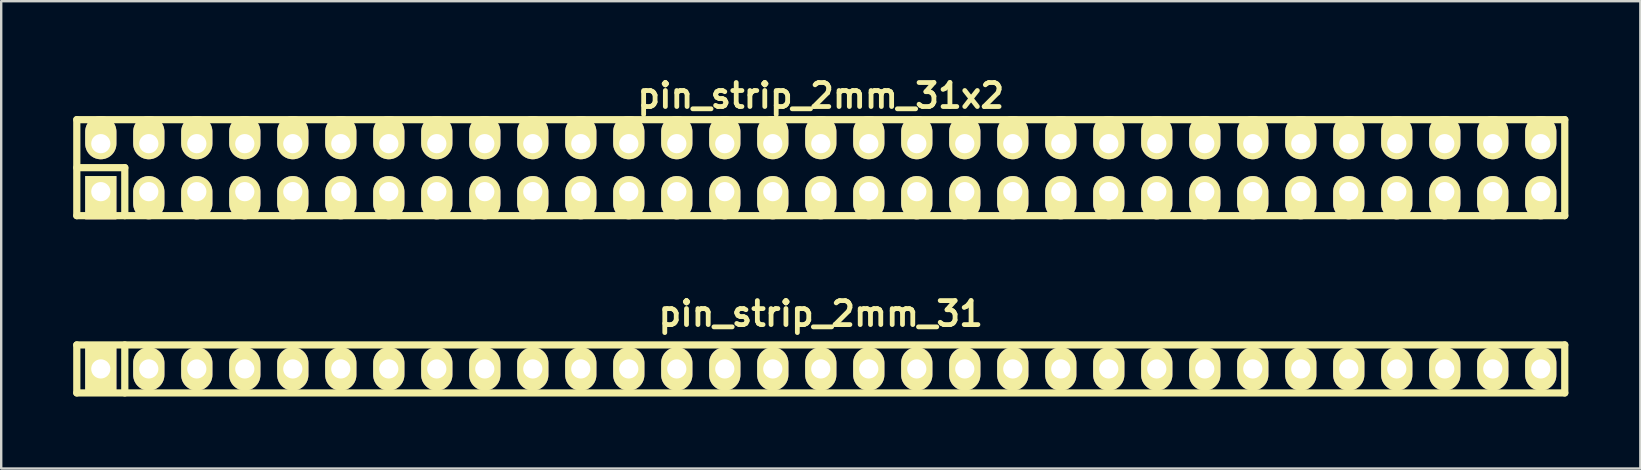
<source format=kicad_pcb>
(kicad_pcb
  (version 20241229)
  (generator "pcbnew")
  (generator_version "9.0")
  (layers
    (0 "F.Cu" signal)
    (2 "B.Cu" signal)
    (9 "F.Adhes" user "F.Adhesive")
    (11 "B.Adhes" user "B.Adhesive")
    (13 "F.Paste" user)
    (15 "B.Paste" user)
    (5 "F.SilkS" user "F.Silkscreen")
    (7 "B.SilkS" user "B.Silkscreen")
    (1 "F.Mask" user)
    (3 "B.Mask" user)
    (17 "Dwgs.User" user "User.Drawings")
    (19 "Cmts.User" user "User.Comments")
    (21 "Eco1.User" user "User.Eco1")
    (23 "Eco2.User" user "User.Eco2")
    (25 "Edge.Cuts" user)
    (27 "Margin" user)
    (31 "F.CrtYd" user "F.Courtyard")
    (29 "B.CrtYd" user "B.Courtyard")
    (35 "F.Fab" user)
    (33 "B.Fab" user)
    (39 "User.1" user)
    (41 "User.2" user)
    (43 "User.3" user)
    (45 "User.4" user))
  (footprint "pin_strip_2mm_31x2"
    (layer "F.Cu")
    (at 31.15 3.936)
    (property "Reference" "pin_strip_2mm_31x2" (at 0 -3 0) (layer "F.SilkS") (effects (font (size 1 1) (thickness 0.2))))
    (attr through_hole)
    (fp_line (start -31 -2) (end 31 -2) (stroke (width 0.3) (type solid)) (layer "F.SilkS"))
    (fp_line (start -31 0) (end -29 0) (stroke (width 0.3) (type solid)) (layer "F.SilkS"))
    (fp_line (start -31 2) (end -31 -2) (stroke (width 0.3) (type solid)) (layer "F.SilkS"))
    (fp_line (start -29 0) (end -29 2) (stroke (width 0.3) (type solid)) (layer "F.SilkS"))
    (fp_line (start 31 -2) (end 31 2) (stroke (width 0.3) (type solid)) (layer "F.SilkS"))
    (fp_line (start 31 2) (end -31 2) (stroke (width 0.3) (type solid)) (layer "F.SilkS"))
    (pad "1" thru_hole rect (at -30 1) (size 1.3 1.8) (drill 0.8 (offset 0 0.25)) (layers "*.Cu" "*.Mask" "F.SilkS"))
    (pad "2" thru_hole oval (at -30 -1) (size 1.3 1.8) (drill 0.8 (offset 0 -0.25)) (layers "*.Cu" "*.Mask" "F.SilkS"))
    (pad "3" thru_hole oval (at -28 1) (size 1.3 1.8) (drill 0.8 (offset 0 0.25)) (layers "*.Cu" "*.Mask" "F.SilkS"))
    (pad "4" thru_hole oval (at -28 -1) (size 1.3 1.8) (drill 0.8 (offset 0 -0.25)) (layers "*.Cu" "*.Mask" "F.SilkS"))
    (pad "5" thru_hole oval (at -26 1) (size 1.3 1.8) (drill 0.8 (offset 0 0.25)) (layers "*.Cu" "*.Mask" "F.SilkS"))
    (pad "6" thru_hole oval (at -26 -1) (size 1.3 1.8) (drill 0.8 (offset 0 -0.25)) (layers "*.Cu" "*.Mask" "F.SilkS"))
    (pad "7" thru_hole oval (at -24 1) (size 1.3 1.8) (drill 0.8 (offset 0 0.25)) (layers "*.Cu" "*.Mask" "F.SilkS"))
    (pad "8" thru_hole oval (at -24 -1) (size 1.3 1.8) (drill 0.8 (offset 0 -0.25)) (layers "*.Cu" "*.Mask" "F.SilkS"))
    (pad "9" thru_hole oval (at -22 1) (size 1.3 1.8) (drill 0.8 (offset 0 0.25)) (layers "*.Cu" "*.Mask" "F.SilkS"))
    (pad "10" thru_hole oval (at -22 -1) (size 1.3 1.8) (drill 0.8 (offset 0 -0.25)) (layers "*.Cu" "*.Mask" "F.SilkS"))
    (pad "11" thru_hole oval (at -20 1) (size 1.3 1.8) (drill 0.8 (offset 0 0.25)) (layers "*.Cu" "*.Mask" "F.SilkS"))
    (pad "12" thru_hole oval (at -20 -1) (size 1.3 1.8) (drill 0.8 (offset 0 -0.25)) (layers "*.Cu" "*.Mask" "F.SilkS"))
    (pad "13" thru_hole oval (at -18 1) (size 1.3 1.8) (drill 0.8 (offset 0 0.25)) (layers "*.Cu" "*.Mask" "F.SilkS"))
    (pad "14" thru_hole oval (at -18 -1) (size 1.3 1.8) (drill 0.8 (offset 0 -0.25)) (layers "*.Cu" "*.Mask" "F.SilkS"))
    (pad "15" thru_hole oval (at -16 1) (size 1.3 1.8) (drill 0.8 (offset 0 0.25)) (layers "*.Cu" "*.Mask" "F.SilkS"))
    (pad "16" thru_hole oval (at -16 -1) (size 1.3 1.8) (drill 0.8 (offset 0 -0.25)) (layers "*.Cu" "*.Mask" "F.SilkS"))
    (pad "17" thru_hole oval (at -14 1) (size 1.3 1.8) (drill 0.8 (offset 0 0.25)) (layers "*.Cu" "*.Mask" "F.SilkS"))
    (pad "18" thru_hole oval (at -14 -1) (size 1.3 1.8) (drill 0.8 (offset 0 -0.25)) (layers "*.Cu" "*.Mask" "F.SilkS"))
    (pad "19" thru_hole oval (at -12 1) (size 1.3 1.8) (drill 0.8 (offset 0 0.25)) (layers "*.Cu" "*.Mask" "F.SilkS"))
    (pad "20" thru_hole oval (at -12 -1) (size 1.3 1.8) (drill 0.8 (offset 0 -0.25)) (layers "*.Cu" "*.Mask" "F.SilkS"))
    (pad "21" thru_hole oval (at -10 1) (size 1.3 1.8) (drill 0.8 (offset 0 0.25)) (layers "*.Cu" "*.Mask" "F.SilkS"))
    (pad "22" thru_hole oval (at -10 -1) (size 1.3 1.8) (drill 0.8 (offset 0 -0.25)) (layers "*.Cu" "*.Mask" "F.SilkS"))
    (pad "23" thru_hole oval (at -8 1) (size 1.3 1.8) (drill 0.8 (offset 0 0.25)) (layers "*.Cu" "*.Mask" "F.SilkS"))
    (pad "24" thru_hole oval (at -8 -1) (size 1.3 1.8) (drill 0.8 (offset 0 -0.25)) (layers "*.Cu" "*.Mask" "F.SilkS"))
    (pad "25" thru_hole oval (at -6 1) (size 1.3 1.8) (drill 0.8 (offset 0 0.25)) (layers "*.Cu" "*.Mask" "F.SilkS"))
    (pad "26" thru_hole oval (at -6 -1) (size 1.3 1.8) (drill 0.8 (offset 0 -0.25)) (layers "*.Cu" "*.Mask" "F.SilkS"))
    (pad "27" thru_hole oval (at -4 1) (size 1.3 1.8) (drill 0.8 (offset 0 0.25)) (layers "*.Cu" "*.Mask" "F.SilkS"))
    (pad "28" thru_hole oval (at -4 -1) (size 1.3 1.8) (drill 0.8 (offset 0 -0.25)) (layers "*.Cu" "*.Mask" "F.SilkS"))
    (pad "29" thru_hole oval (at -2 1) (size 1.3 1.8) (drill 0.8 (offset 0 0.25)) (layers "*.Cu" "*.Mask" "F.SilkS"))
    (pad "30" thru_hole oval (at -2 -1) (size 1.3 1.8) (drill 0.8 (offset 0 -0.25)) (layers "*.Cu" "*.Mask" "F.SilkS"))
    (pad "31" thru_hole oval (at 0 1) (size 1.3 1.8) (drill 0.8 (offset 0 0.25)) (layers "*.Cu" "*.Mask" "F.SilkS"))
    (pad "32" thru_hole oval (at 0 -1) (size 1.3 1.8) (drill 0.8 (offset 0 -0.25)) (layers "*.Cu" "*.Mask" "F.SilkS"))
    (pad "33" thru_hole oval (at 2 1) (size 1.3 1.8) (drill 0.8 (offset 0 0.25)) (layers "*.Cu" "*.Mask" "F.SilkS"))
    (pad "34" thru_hole oval (at 2 -1) (size 1.3 1.8) (drill 0.8 (offset 0 -0.25)) (layers "*.Cu" "*.Mask" "F.SilkS"))
    (pad "35" thru_hole oval (at 4 1) (size 1.3 1.8) (drill 0.8 (offset 0 0.25)) (layers "*.Cu" "*.Mask" "F.SilkS"))
    (pad "36" thru_hole oval (at 4 -1) (size 1.3 1.8) (drill 0.8 (offset 0 -0.25)) (layers "*.Cu" "*.Mask" "F.SilkS"))
    (pad "37" thru_hole oval (at 6 1) (size 1.3 1.8) (drill 0.8 (offset 0 0.25)) (layers "*.Cu" "*.Mask" "F.SilkS"))
    (pad "38" thru_hole oval (at 6 -1) (size 1.3 1.8) (drill 0.8 (offset 0 -0.25)) (layers "*.Cu" "*.Mask" "F.SilkS"))
    (pad "39" thru_hole oval (at 8 1) (size 1.3 1.8) (drill 0.8 (offset 0 0.25)) (layers "*.Cu" "*.Mask" "F.SilkS"))
    (pad "40" thru_hole oval (at 8 -1) (size 1.3 1.8) (drill 0.8 (offset 0 -0.25)) (layers "*.Cu" "*.Mask" "F.SilkS"))
    (pad "41" thru_hole oval (at 10 1) (size 1.3 1.8) (drill 0.8 (offset 0 0.25)) (layers "*.Cu" "*.Mask" "F.SilkS"))
    (pad "42" thru_hole oval (at 10 -1) (size 1.3 1.8) (drill 0.8 (offset 0 -0.25)) (layers "*.Cu" "*.Mask" "F.SilkS"))
    (pad "43" thru_hole oval (at 12 1) (size 1.3 1.8) (drill 0.8 (offset 0 0.25)) (layers "*.Cu" "*.Mask" "F.SilkS"))
    (pad "44" thru_hole oval (at 12 -1) (size 1.3 1.8) (drill 0.8 (offset 0 -0.25)) (layers "*.Cu" "*.Mask" "F.SilkS"))
    (pad "45" thru_hole oval (at 14 1) (size 1.3 1.8) (drill 0.8 (offset 0 0.25)) (layers "*.Cu" "*.Mask" "F.SilkS"))
    (pad "46" thru_hole oval (at 14 -1) (size 1.3 1.8) (drill 0.8 (offset 0 -0.25)) (layers "*.Cu" "*.Mask" "F.SilkS"))
    (pad "47" thru_hole oval (at 16 1) (size 1.3 1.8) (drill 0.8 (offset 0 0.25)) (layers "*.Cu" "*.Mask" "F.SilkS"))
    (pad "48" thru_hole oval (at 16 -1) (size 1.3 1.8) (drill 0.8 (offset 0 -0.25)) (layers "*.Cu" "*.Mask" "F.SilkS"))
    (pad "49" thru_hole oval (at 18 1) (size 1.3 1.8) (drill 0.8 (offset 0 0.25)) (layers "*.Cu" "*.Mask" "F.SilkS"))
    (pad "50" thru_hole oval (at 18 -1) (size 1.3 1.8) (drill 0.8 (offset 0 -0.25)) (layers "*.Cu" "*.Mask" "F.SilkS"))
    (pad "51" thru_hole oval (at 20 1) (size 1.3 1.8) (drill 0.8 (offset 0 0.25)) (layers "*.Cu" "*.Mask" "F.SilkS"))
    (pad "52" thru_hole oval (at 20 -1) (size 1.3 1.8) (drill 0.8 (offset 0 -0.25)) (layers "*.Cu" "*.Mask" "F.SilkS"))
    (pad "53" thru_hole oval (at 22 1) (size 1.3 1.8) (drill 0.8 (offset 0 0.25)) (layers "*.Cu" "*.Mask" "F.SilkS"))
    (pad "54" thru_hole oval (at 22 -1) (size 1.3 1.8) (drill 0.8 (offset 0 -0.25)) (layers "*.Cu" "*.Mask" "F.SilkS"))
    (pad "55" thru_hole oval (at 24 1) (size 1.3 1.8) (drill 0.8 (offset 0 0.25)) (layers "*.Cu" "*.Mask" "F.SilkS"))
    (pad "56" thru_hole oval (at 24 -1) (size 1.3 1.8) (drill 0.8 (offset 0 -0.25)) (layers "*.Cu" "*.Mask" "F.SilkS"))
    (pad "57" thru_hole oval (at 26 1) (size 1.3 1.8) (drill 0.8 (offset 0 0.25)) (layers "*.Cu" "*.Mask" "F.SilkS"))
    (pad "58" thru_hole oval (at 26 -1) (size 1.3 1.8) (drill 0.8 (offset 0 -0.25)) (layers "*.Cu" "*.Mask" "F.SilkS"))
    (pad "59" thru_hole oval (at 28 1) (size 1.3 1.8) (drill 0.8 (offset 0 0.25)) (layers "*.Cu" "*.Mask" "F.SilkS"))
    (pad "60" thru_hole oval (at 28 -1) (size 1.3 1.8) (drill 0.8 (offset 0 -0.25)) (layers "*.Cu" "*.Mask" "F.SilkS"))
    (pad "61" thru_hole oval (at 30 1) (size 1.3 1.8) (drill 0.8 (offset 0 0.25)) (layers "*.Cu" "*.Mask" "F.SilkS"))
    (pad "62" thru_hole oval (at 30 -1) (size 1.3 1.8) (drill 0.8 (offset 0 -0.25)) (layers "*.Cu" "*.Mask" "F.SilkS")))
  (footprint "pin_strip_2mm_31"
    (layer "F.Cu")
    (at 31.15 12.322)
    (property "Reference" "pin_strip_2mm_31" (at 0 -2.3 0) (layer "F.SilkS") (effects (font (size 1 1) (thickness 0.2))))
    (attr through_hole)
    (fp_line (start -31 -1) (end 31 -1) (stroke (width 0.3) (type solid)) (layer "F.SilkS"))
    (fp_line (start -31 1) (end -31 -1) (stroke (width 0.3) (type solid)) (layer "F.SilkS"))
    (fp_line (start -29 -1) (end -29 1) (stroke (width 0.3) (type solid)) (layer "F.SilkS"))
    (fp_line (start 31 -1) (end 31 1) (stroke (width 0.3) (type solid)) (layer "F.SilkS"))
    (fp_line (start 31 1) (end -31 1) (stroke (width 0.3) (type solid)) (layer "F.SilkS"))
    (pad "1" thru_hole rect (at -30 0) (size 1.3 1.8) (drill 0.8) (layers "*.Cu" "*.Mask" "F.SilkS"))
    (pad "2" thru_hole oval (at -28 0) (size 1.3 1.8) (drill 0.8) (layers "*.Cu" "*.Mask" "F.SilkS"))
    (pad "3" thru_hole oval (at -26 0) (size 1.3 1.8) (drill 0.8) (layers "*.Cu" "*.Mask" "F.SilkS"))
    (pad "4" thru_hole oval (at -24 0) (size 1.3 1.8) (drill 0.8) (layers "*.Cu" "*.Mask" "F.SilkS"))
    (pad "5" thru_hole oval (at -22 0) (size 1.3 1.8) (drill 0.8) (layers "*.Cu" "*.Mask" "F.SilkS"))
    (pad "6" thru_hole oval (at -20 0) (size 1.3 1.8) (drill 0.8) (layers "*.Cu" "*.Mask" "F.SilkS"))
    (pad "7" thru_hole oval (at -18 0) (size 1.3 1.8) (drill 0.8) (layers "*.Cu" "*.Mask" "F.SilkS"))
    (pad "8" thru_hole oval (at -16 0) (size 1.3 1.8) (drill 0.8) (layers "*.Cu" "*.Mask" "F.SilkS"))
    (pad "9" thru_hole oval (at -14 0) (size 1.3 1.8) (drill 0.8) (layers "*.Cu" "*.Mask" "F.SilkS"))
    (pad "10" thru_hole oval (at -12 0) (size 1.3 1.8) (drill 0.8) (layers "*.Cu" "*.Mask" "F.SilkS"))
    (pad "11" thru_hole oval (at -10 0) (size 1.3 1.8) (drill 0.8) (layers "*.Cu" "*.Mask" "F.SilkS"))
    (pad "12" thru_hole oval (at -8 0) (size 1.3 1.8) (drill 0.8) (layers "*.Cu" "*.Mask" "F.SilkS"))
    (pad "13" thru_hole oval (at -6 0) (size 1.3 1.8) (drill 0.8) (layers "*.Cu" "*.Mask" "F.SilkS"))
    (pad "14" thru_hole oval (at -4 0) (size 1.3 1.8) (drill 0.8) (layers "*.Cu" "*.Mask" "F.SilkS"))
    (pad "15" thru_hole oval (at -2 0) (size 1.3 1.8) (drill 0.8) (layers "*.Cu" "*.Mask" "F.SilkS"))
    (pad "16" thru_hole oval (at 0 0) (size 1.3 1.8) (drill 0.8) (layers "*.Cu" "*.Mask" "F.SilkS"))
    (pad "17" thru_hole oval (at 2 0) (size 1.3 1.8) (drill 0.8) (layers "*.Cu" "*.Mask" "F.SilkS"))
    (pad "18" thru_hole oval (at 4 0) (size 1.3 1.8) (drill 0.8) (layers "*.Cu" "*.Mask" "F.SilkS"))
    (pad "19" thru_hole oval (at 6 0) (size 1.3 1.8) (drill 0.8) (layers "*.Cu" "*.Mask" "F.SilkS"))
    (pad "20" thru_hole oval (at 8 0) (size 1.3 1.8) (drill 0.8) (layers "*.Cu" "*.Mask" "F.SilkS"))
    (pad "21" thru_hole oval (at 10 0) (size 1.3 1.8) (drill 0.8) (layers "*.Cu" "*.Mask" "F.SilkS"))
    (pad "22" thru_hole oval (at 12 0) (size 1.3 1.8) (drill 0.8) (layers "*.Cu" "*.Mask" "F.SilkS"))
    (pad "23" thru_hole oval (at 14 0) (size 1.3 1.8) (drill 0.8) (layers "*.Cu" "*.Mask" "F.SilkS"))
    (pad "24" thru_hole oval (at 16 0) (size 1.3 1.8) (drill 0.8) (layers "*.Cu" "*.Mask" "F.SilkS"))
    (pad "25" thru_hole oval (at 18 0) (size 1.3 1.8) (drill 0.8) (layers "*.Cu" "*.Mask" "F.SilkS"))
    (pad "26" thru_hole oval (at 20 0) (size 1.3 1.8) (drill 0.8) (layers "*.Cu" "*.Mask" "F.SilkS"))
    (pad "27" thru_hole oval (at 22 0) (size 1.3 1.8) (drill 0.8) (layers "*.Cu" "*.Mask" "F.SilkS"))
    (pad "28" thru_hole oval (at 24 0) (size 1.3 1.8) (drill 0.8) (layers "*.Cu" "*.Mask" "F.SilkS"))
    (pad "29" thru_hole oval (at 26 0) (size 1.3 1.8) (drill 0.8) (layers "*.Cu" "*.Mask" "F.SilkS"))
    (pad "30" thru_hole oval (at 28 0) (size 1.3 1.8) (drill 0.8) (layers "*.Cu" "*.Mask" "F.SilkS"))
    (pad "31" thru_hole oval (at 30 0) (size 1.3 1.8) (drill 0.8) (layers "*.Cu" "*.Mask" "F.SilkS")))
  (gr_rect
    (start -3 -3)
    (end 65.3 16.472)
    (stroke (width 0.1) (type default))
    (fill no)
    (layer "Edge.Cuts")))
</source>
